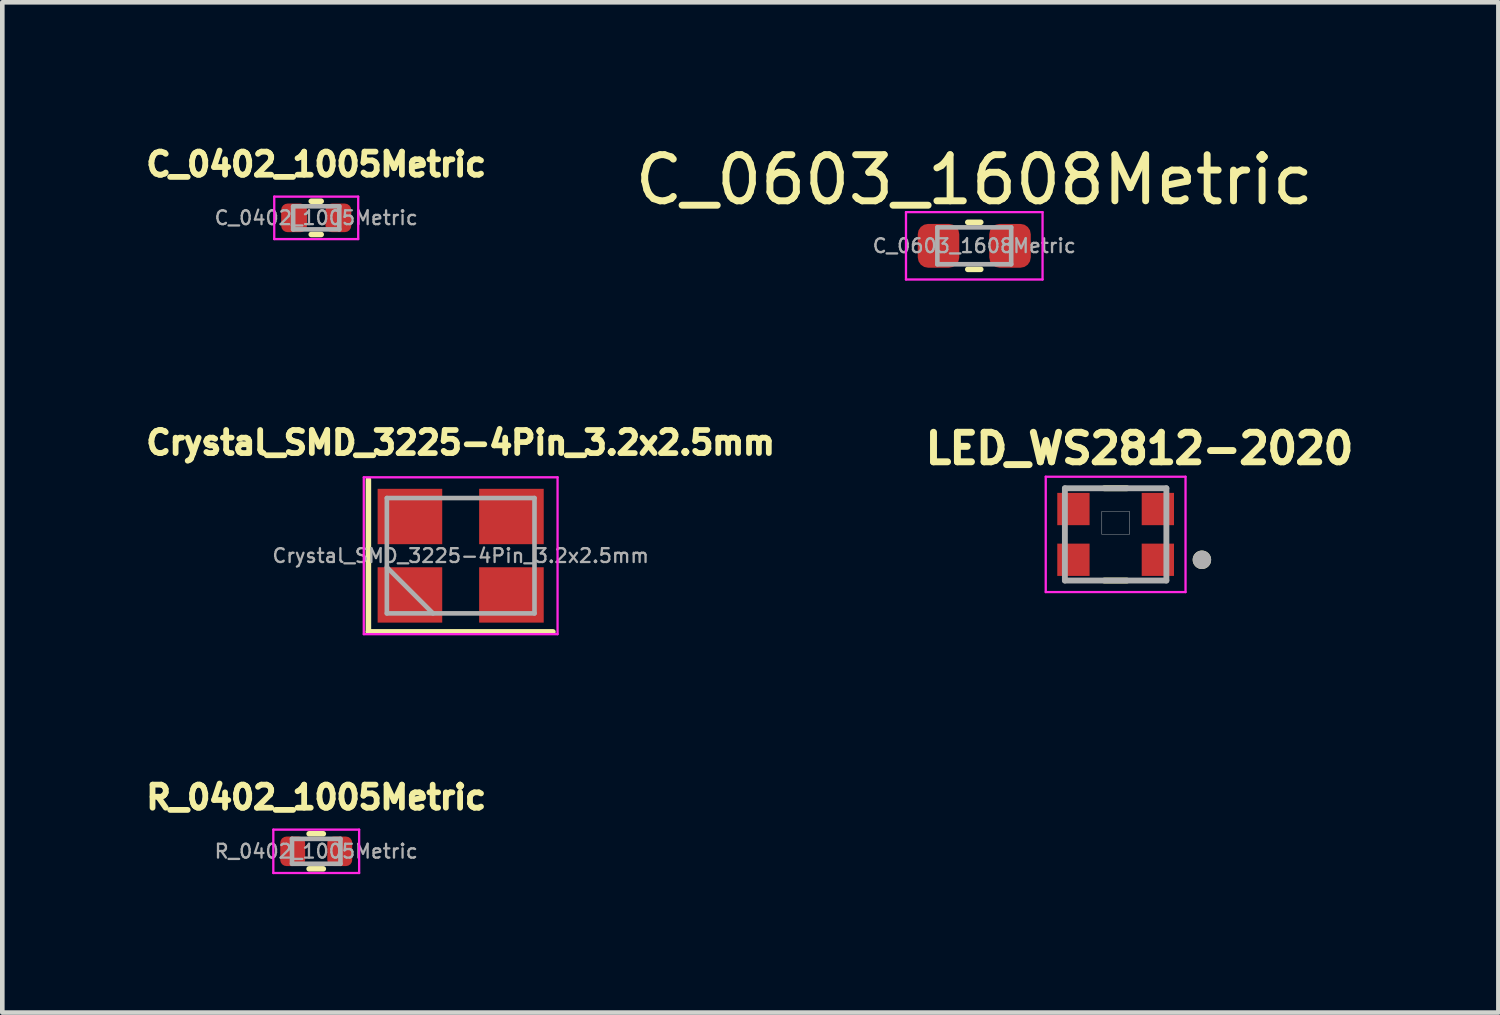
<source format=kicad_pcb>
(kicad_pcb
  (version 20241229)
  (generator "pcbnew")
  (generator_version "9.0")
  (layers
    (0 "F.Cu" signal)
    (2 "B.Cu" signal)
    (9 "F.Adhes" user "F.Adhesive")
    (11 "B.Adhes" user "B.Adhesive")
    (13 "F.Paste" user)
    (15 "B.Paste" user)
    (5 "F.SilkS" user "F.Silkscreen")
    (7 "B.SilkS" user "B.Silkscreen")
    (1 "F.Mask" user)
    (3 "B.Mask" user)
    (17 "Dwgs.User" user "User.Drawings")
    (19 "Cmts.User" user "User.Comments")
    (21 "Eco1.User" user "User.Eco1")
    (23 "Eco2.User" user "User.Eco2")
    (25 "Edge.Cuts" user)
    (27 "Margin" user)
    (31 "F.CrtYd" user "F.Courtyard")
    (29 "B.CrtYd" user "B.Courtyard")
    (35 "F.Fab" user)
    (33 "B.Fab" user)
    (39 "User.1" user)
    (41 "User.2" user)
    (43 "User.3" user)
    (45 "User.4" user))
  (footprint "Crystal_SMD_3225-4Pin_3.2x2.5mm"
    (layer "F.Cu")
    (at 6.935 8.995)
    (property "Reference" "Crystal_SMD_3225-4Pin_3.2x2.5mm" (at 0 -2.45 0) (layer "F.SilkS") (effects (font (size 0.5 0.5) (thickness 1))))
    (attr smd)
    (fp_line (start -2 -1.65) (end -2 1.65) (stroke (width 0.12) (type solid)) (layer "F.SilkS"))
    (fp_line (start -2 1.65) (end 2 1.65) (stroke (width 0.12) (type solid)) (layer "F.SilkS"))
    (fp_line (start -2.1 -1.7) (end -2.1 1.7) (stroke (width 0.05) (type solid)) (layer "F.CrtYd"))
    (fp_line (start -2.1 1.7) (end 2.1 1.7) (stroke (width 0.05) (type solid)) (layer "F.CrtYd"))
    (fp_line (start 2.1 -1.7) (end -2.1 -1.7) (stroke (width 0.05) (type solid)) (layer "F.CrtYd"))
    (fp_line (start 2.1 1.7) (end 2.1 -1.7) (stroke (width 0.05) (type solid)) (layer "F.CrtYd"))
    (fp_line (start -1.6 -1.25) (end -1.6 1.25) (stroke (width 0.1) (type solid)) (layer "F.Fab"))
    (fp_line (start -1.6 0.25) (end -0.6 1.25) (stroke (width 0.1) (type solid)) (layer "F.Fab"))
    (fp_line (start -1.6 1.25) (end 1.6 1.25) (stroke (width 0.1) (type solid)) (layer "F.Fab"))
    (fp_line (start 1.6 -1.25) (end -1.6 -1.25) (stroke (width 0.1) (type solid)) (layer "F.Fab"))
    (fp_line (start 1.6 1.25) (end 1.6 -1.25) (stroke (width 0.1) (type solid)) (layer "F.Fab"))
    (fp_text user "${REFERENCE}" (at 0 0 0) (layer "F.Fab") (effects (font (size 0.3 0.3) (thickness 0.05))))
    (pad "1" smd rect (at -1.1 0.85) (size 1.4 1.2) (layers "F.Cu" "F.Mask" "F.Paste"))
    (pad "2" smd rect (at 1.1 0.85) (size 1.4 1.2) (layers "F.Cu" "F.Mask" "F.Paste"))
    (pad "3" smd rect (at 1.1 -0.85) (size 1.4 1.2) (layers "F.Cu" "F.Mask" "F.Paste"))
    (pad "4" smd rect (at -1.1 -0.85) (size 1.4 1.2) (layers "F.Cu" "F.Mask" "F.Paste")))
  (footprint "C_0402_1005Metric"
    (layer "F.Cu")
    (at 3.804 1.672)
    (property "Reference" "C_0402_1005Metric" (at 0 -1.16 0) (layer "F.SilkS") (effects (font (size 0.5 0.5) (thickness 1))))
    (attr smd)
    (fp_line (start -0.108 -0.36) (end 0.108 -0.36) (stroke (width 0.12) (type solid)) (layer "F.SilkS"))
    (fp_line (start -0.108 0.36) (end 0.108 0.36) (stroke (width 0.12) (type solid)) (layer "F.SilkS"))
    (fp_line (start -0.91 -0.46) (end 0.91 -0.46) (stroke (width 0.05) (type solid)) (layer "F.CrtYd"))
    (fp_line (start -0.91 0.46) (end -0.91 -0.46) (stroke (width 0.05) (type solid)) (layer "F.CrtYd"))
    (fp_line (start 0.91 -0.46) (end 0.91 0.46) (stroke (width 0.05) (type solid)) (layer "F.CrtYd"))
    (fp_line (start 0.91 0.46) (end -0.91 0.46) (stroke (width 0.05) (type solid)) (layer "F.CrtYd"))
    (fp_line (start -0.5 -0.25) (end 0.5 -0.25) (stroke (width 0.1) (type solid)) (layer "F.Fab"))
    (fp_line (start -0.5 0.25) (end -0.5 -0.25) (stroke (width 0.1) (type solid)) (layer "F.Fab"))
    (fp_line (start 0.5 -0.25) (end 0.5 0.25) (stroke (width 0.1) (type solid)) (layer "F.Fab"))
    (fp_line (start 0.5 0.25) (end -0.5 0.25) (stroke (width 0.1) (type solid)) (layer "F.Fab"))
    (fp_text user "${REFERENCE}" (at 0 0 0) (layer "F.Fab") (effects (font (size 0.3 0.3) (thickness 0.05))))
    (pad "1" smd roundrect (at -0.48 0) (size 0.56 0.62) (layers "F.Cu" "F.Mask" "F.Paste") (roundrect_rratio 0.25))
    (pad "2" smd roundrect (at 0.48 0) (size 0.56 0.62) (layers "F.Cu" "F.Mask" "F.Paste") (roundrect_rratio 0.25)))
  (footprint "R_0402_1005Metric"
    (layer "F.Cu")
    (at 3.804 15.402)
    (property "Reference" "R_0402_1005Metric" (at 0 -1.17 180) (layer "F.SilkS") (effects (font (size 0.5 0.5) (thickness 1))))
    (attr smd)
    (fp_line (start -0.154 -0.38) (end 0.154 -0.38) (stroke (width 0.12) (type solid)) (layer "F.SilkS"))
    (fp_line (start -0.154 0.38) (end 0.154 0.38) (stroke (width 0.12) (type solid)) (layer "F.SilkS"))
    (fp_line (start -0.93 -0.47) (end 0.93 -0.47) (stroke (width 0.05) (type solid)) (layer "F.CrtYd"))
    (fp_line (start -0.93 0.47) (end -0.93 -0.47) (stroke (width 0.05) (type solid)) (layer "F.CrtYd"))
    (fp_line (start 0.93 -0.47) (end 0.93 0.47) (stroke (width 0.05) (type solid)) (layer "F.CrtYd"))
    (fp_line (start 0.93 0.47) (end -0.93 0.47) (stroke (width 0.05) (type solid)) (layer "F.CrtYd"))
    (fp_line (start -0.525 -0.27) (end 0.525 -0.27) (stroke (width 0.1) (type solid)) (layer "F.Fab"))
    (fp_line (start -0.525 0.27) (end -0.525 -0.27) (stroke (width 0.1) (type solid)) (layer "F.Fab"))
    (fp_line (start 0.525 -0.27) (end 0.525 0.27) (stroke (width 0.1) (type solid)) (layer "F.Fab"))
    (fp_line (start 0.525 0.27) (end -0.525 0.27) (stroke (width 0.1) (type solid)) (layer "F.Fab"))
    (fp_text user "${REFERENCE}" (at 0 0 180) (layer "F.Fab") (effects (font (size 0.3 0.3) (thickness 0.05))))
    (pad "1" smd roundrect (at -0.51 0) (size 0.54 0.64) (layers "F.Cu" "F.Mask" "F.Paste") (roundrect_rratio 0.25))
    (pad "2" smd roundrect (at 0.51 0) (size 0.54 0.64) (layers "F.Cu" "F.Mask" "F.Paste") (roundrect_rratio 0.25)))
  (footprint "C_0603_1608Metric"
    (layer "F.Cu")
    (at 18.067 2.278)
    (property "Reference" "C_0603_1608Metric" (at 0 -1.43 0) (layer "F.SilkS") (effects (font (size 1 1) (thickness 0.15))))
    (attr smd)
    (fp_line (start -0.141 -0.51) (end 0.141 -0.51) (stroke (width 0.12) (type solid)) (layer "F.SilkS"))
    (fp_line (start -0.141 0.51) (end 0.141 0.51) (stroke (width 0.12) (type solid)) (layer "F.SilkS"))
    (fp_line (start -1.48 -0.73) (end 1.48 -0.73) (stroke (width 0.05) (type solid)) (layer "F.CrtYd"))
    (fp_line (start -1.48 0.73) (end -1.48 -0.73) (stroke (width 0.05) (type solid)) (layer "F.CrtYd"))
    (fp_line (start 1.48 -0.73) (end 1.48 0.73) (stroke (width 0.05) (type solid)) (layer "F.CrtYd"))
    (fp_line (start 1.48 0.73) (end -1.48 0.73) (stroke (width 0.05) (type solid)) (layer "F.CrtYd"))
    (fp_line (start -0.8 -0.4) (end 0.8 -0.4) (stroke (width 0.1) (type solid)) (layer "F.Fab"))
    (fp_line (start -0.8 0.4) (end -0.8 -0.4) (stroke (width 0.1) (type solid)) (layer "F.Fab"))
    (fp_line (start 0.8 -0.4) (end 0.8 0.4) (stroke (width 0.1) (type solid)) (layer "F.Fab"))
    (fp_line (start 0.8 0.4) (end -0.8 0.4) (stroke (width 0.1) (type solid)) (layer "F.Fab"))
    (fp_text user "${REFERENCE}" (at 0 0 0) (layer "F.Fab") (effects (font (size 0.3 0.3) (thickness 0.05))))
    (pad "1" smd roundrect (at -0.775 0) (size 0.9 0.95) (layers "F.Cu" "F.Mask" "F.Paste") (roundrect_rratio 0.25))
    (pad "2" smd roundrect (at 0.775 0) (size 0.9 0.95) (layers "F.Cu" "F.Mask" "F.Paste") (roundrect_rratio 0.25)))
  (footprint "LED_WS2812-2020"
    (layer "F.Cu")
    (at 21.131 8.533)
    (property "Reference" "LED_WS2812-2020" (at 0.517 -1.862 0) (layer "F.SilkS") (effects (font (size 0.64 0.64) (thickness 0.15))))
    (attr smd)
    (fp_line (start 0.245 -1) (end -0.245 -1) (stroke (width 0.127) (type solid)) (layer "F.SilkS"))
    (fp_line (start 0.245 1) (end -0.245 1) (stroke (width 0.127) (type solid)) (layer "F.SilkS"))
    (fp_circle (center 1.87 0.55) (end 1.97 0.55) (stroke (width 0.2) (type solid)) (fill no) (layer "F.SilkS"))
    (fp_line (start -1.515 -1.25) (end -1.515 1.25) (stroke (width 0.05) (type solid)) (layer "F.CrtYd"))
    (fp_line (start -1.515 1.25) (end 1.515 1.25) (stroke (width 0.05) (type solid)) (layer "F.CrtYd"))
    (fp_line (start 1.515 -1.25) (end -1.515 -1.25) (stroke (width 0.05) (type solid)) (layer "F.CrtYd"))
    (fp_line (start 1.515 1.25) (end 1.515 -1.25) (stroke (width 0.05) (type solid)) (layer "F.CrtYd"))
    (fp_line (start -1.1 -1) (end 1.1 -1) (stroke (width 0.127) (type solid)) (layer "F.Fab"))
    (fp_line (start -1.1 1) (end -1.1 -1) (stroke (width 0.127) (type solid)) (layer "F.Fab"))
    (fp_line (start 1.1 -1) (end 1.1 1) (stroke (width 0.127) (type solid)) (layer "F.Fab"))
    (fp_line (start 1.1 1) (end -1.1 1) (stroke (width 0.127) (type solid)) (layer "F.Fab"))
    (fp_circle (center 1.87 0.55) (end 1.97 0.55) (stroke (width 0.2) (type solid)) (fill no) (layer "F.Fab"))
    (fp_poly (pts (xy -0.3 -0.5) (xy 0.3 -0.5) (xy 0.3 0) (xy -0.3 0)) (stroke (width 0.01) (type solid)) (fill no) (layer "F.Fab"))
    (pad "1" smd rect (at 0.915 0.55) (size 0.7 0.7) (layers "F.Cu" "F.Mask" "F.Paste"))
    (pad "2" smd rect (at 0.915 -0.55) (size 0.7 0.7) (layers "F.Cu" "F.Mask" "F.Paste"))
    (pad "3" smd rect (at -0.915 -0.55) (size 0.7 0.7) (layers "F.Cu" "F.Mask" "F.Paste"))
    (pad "4" smd rect (at -0.915 0.55) (size 0.7 0.7) (layers "F.Cu" "F.Mask" "F.Paste")))
  (gr_rect
    (start -3 -3)
    (end 29.427 18.897)
    (stroke (width 0.1) (type default))
    (fill no)
    (layer "Edge.Cuts")))
</source>
